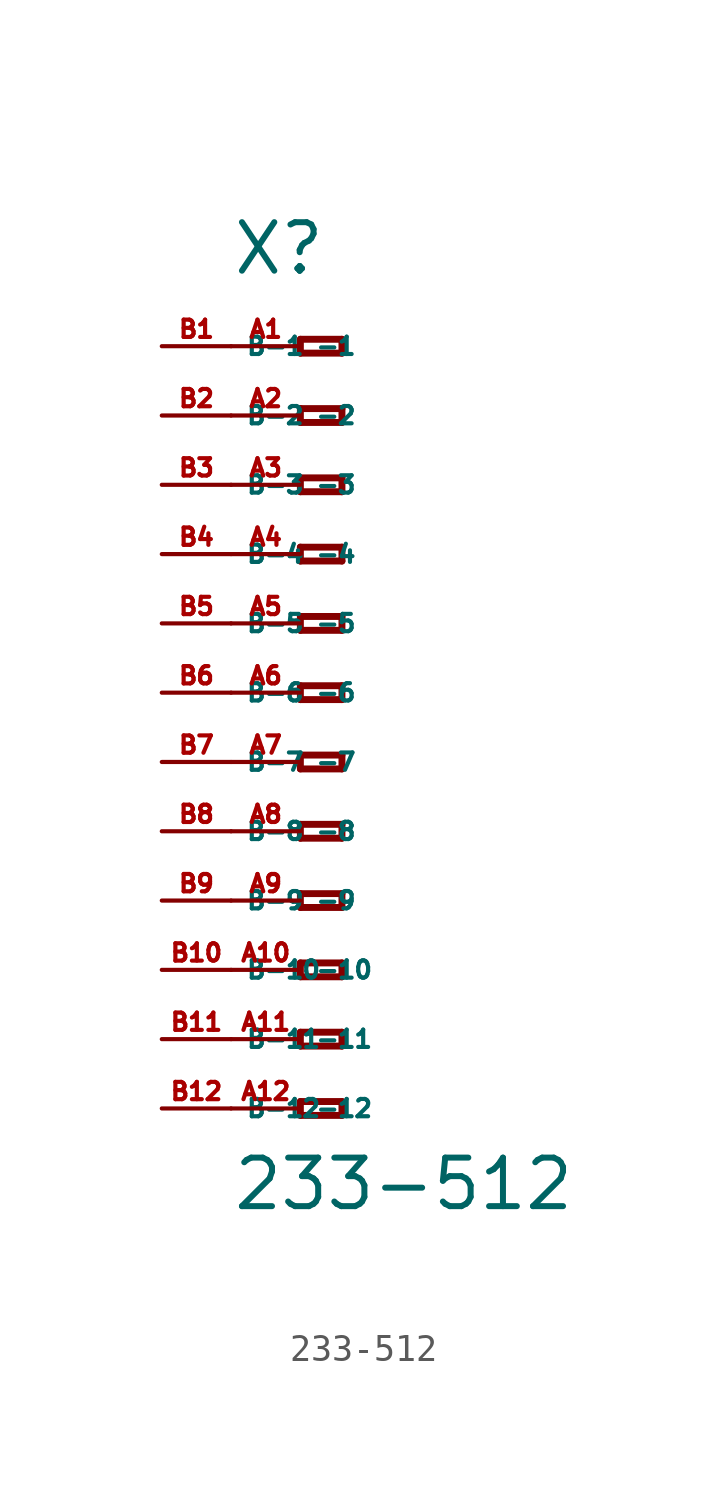
<source format=kicad_sym>
(kicad_symbol_lib
  (version 20220914)
  (generator Eagle2Kicad)
  (symbol "233-512"
    (property "Reference" "X"
      (at -5.08 15.24 0)
      (effects (font (size 1.778 1.778) (thickness 0.22)) (justify left bottom)))
    (property "Value" "233-512"
      (at -5.08 -19.05 0)
      (effects (font (size 1.778 1.778) (thickness 0.22)) (justify left bottom)))
    (polyline
      (pts (xy -2.54 12.954) (xy -2.54 12.446))
      (stroke (width 0.254) (type default))
      (fill (type none)))
    (polyline
      (pts (xy -2.54 12.446) (xy -1.016 12.446))
      (stroke (width 0.254) (type default))
      (fill (type none)))
    (polyline
      (pts (xy -1.016 12.446) (xy -1.016 12.954))
      (stroke (width 0.254) (type default))
      (fill (type none)))
    (polyline
      (pts (xy -1.016 12.954) (xy -2.54 12.954))
      (stroke (width 0.254) (type default))
      (fill (type none)))
    (polyline
      (pts (xy -2.54 10.414) (xy -2.54 9.906))
      (stroke (width 0.254) (type default))
      (fill (type none)))
    (polyline
      (pts (xy -2.54 9.906) (xy -1.016 9.906))
      (stroke (width 0.254) (type default))
      (fill (type none)))
    (polyline
      (pts (xy -1.016 9.906) (xy -1.016 10.414))
      (stroke (width 0.254) (type default))
      (fill (type none)))
    (polyline
      (pts (xy -1.016 10.414) (xy -2.54 10.414))
      (stroke (width 0.254) (type default))
      (fill (type none)))
    (polyline
      (pts (xy -2.54 7.874) (xy -2.54 7.366))
      (stroke (width 0.254) (type default))
      (fill (type none)))
    (polyline
      (pts (xy -2.54 7.366) (xy -1.016 7.366))
      (stroke (width 0.254) (type default))
      (fill (type none)))
    (polyline
      (pts (xy -1.016 7.366) (xy -1.016 7.874))
      (stroke (width 0.254) (type default))
      (fill (type none)))
    (polyline
      (pts (xy -1.016 7.874) (xy -2.54 7.874))
      (stroke (width 0.254) (type default))
      (fill (type none)))
    (polyline
      (pts (xy -2.54 5.334) (xy -2.54 4.826))
      (stroke (width 0.254) (type default))
      (fill (type none)))
    (polyline
      (pts (xy -2.54 4.826) (xy -1.016 4.826))
      (stroke (width 0.254) (type default))
      (fill (type none)))
    (polyline
      (pts (xy -1.016 4.826) (xy -1.016 5.334))
      (stroke (width 0.254) (type default))
      (fill (type none)))
    (polyline
      (pts (xy -1.016 5.334) (xy -2.54 5.334))
      (stroke (width 0.254) (type default))
      (fill (type none)))
    (polyline
      (pts (xy -2.54 2.794) (xy -2.54 2.286))
      (stroke (width 0.254) (type default))
      (fill (type none)))
    (polyline
      (pts (xy -2.54 2.286) (xy -1.016 2.286))
      (stroke (width 0.254) (type default))
      (fill (type none)))
    (polyline
      (pts (xy -1.016 2.286) (xy -1.016 2.794))
      (stroke (width 0.254) (type default))
      (fill (type none)))
    (polyline
      (pts (xy -1.016 2.794) (xy -2.54 2.794))
      (stroke (width 0.254) (type default))
      (fill (type none)))
    (polyline
      (pts (xy -2.54 0.254) (xy -2.54 -0.254))
      (stroke (width 0.254) (type default))
      (fill (type none)))
    (polyline
      (pts (xy -2.54 -0.254) (xy -1.016 -0.254))
      (stroke (width 0.254) (type default))
      (fill (type none)))
    (polyline
      (pts (xy -1.016 -0.254) (xy -1.016 0.254))
      (stroke (width 0.254) (type default))
      (fill (type none)))
    (polyline
      (pts (xy -1.016 0.254) (xy -2.54 0.254))
      (stroke (width 0.254) (type default))
      (fill (type none)))
    (polyline
      (pts (xy -2.54 -2.286) (xy -2.54 -2.794))
      (stroke (width 0.254) (type default))
      (fill (type none)))
    (polyline
      (pts (xy -2.54 -2.794) (xy -1.016 -2.794))
      (stroke (width 0.254) (type default))
      (fill (type none)))
    (polyline
      (pts (xy -1.016 -2.794) (xy -1.016 -2.286))
      (stroke (width 0.254) (type default))
      (fill (type none)))
    (polyline
      (pts (xy -1.016 -2.286) (xy -2.54 -2.286))
      (stroke (width 0.254) (type default))
      (fill (type none)))
    (polyline
      (pts (xy -2.54 -4.826) (xy -2.54 -5.334))
      (stroke (width 0.254) (type default))
      (fill (type none)))
    (polyline
      (pts (xy -2.54 -5.334) (xy -1.016 -5.334))
      (stroke (width 0.254) (type default))
      (fill (type none)))
    (polyline
      (pts (xy -1.016 -5.334) (xy -1.016 -4.826))
      (stroke (width 0.254) (type default))
      (fill (type none)))
    (polyline
      (pts (xy -1.016 -4.826) (xy -2.54 -4.826))
      (stroke (width 0.254) (type default))
      (fill (type none)))
    (polyline
      (pts (xy -2.54 -7.366) (xy -2.54 -7.874))
      (stroke (width 0.254) (type default))
      (fill (type none)))
    (polyline
      (pts (xy -2.54 -7.874) (xy -1.016 -7.874))
      (stroke (width 0.254) (type default))
      (fill (type none)))
    (polyline
      (pts (xy -1.016 -7.874) (xy -1.016 -7.366))
      (stroke (width 0.254) (type default))
      (fill (type none)))
    (polyline
      (pts (xy -1.016 -7.366) (xy -2.54 -7.366))
      (stroke (width 0.254) (type default))
      (fill (type none)))
    (polyline
      (pts (xy -2.54 -9.906) (xy -2.54 -10.414))
      (stroke (width 0.254) (type default))
      (fill (type none)))
    (polyline
      (pts (xy -2.54 -10.414) (xy -1.016 -10.414))
      (stroke (width 0.254) (type default))
      (fill (type none)))
    (polyline
      (pts (xy -1.016 -10.414) (xy -1.016 -9.906))
      (stroke (width 0.254) (type default))
      (fill (type none)))
    (polyline
      (pts (xy -1.016 -9.906) (xy -2.54 -9.906))
      (stroke (width 0.254) (type default))
      (fill (type none)))
    (polyline
      (pts (xy -2.54 -12.446) (xy -2.54 -12.954))
      (stroke (width 0.254) (type default))
      (fill (type none)))
    (polyline
      (pts (xy -2.54 -12.954) (xy -1.016 -12.954))
      (stroke (width 0.254) (type default))
      (fill (type none)))
    (polyline
      (pts (xy -1.016 -12.954) (xy -1.016 -12.446))
      (stroke (width 0.254) (type default))
      (fill (type none)))
    (polyline
      (pts (xy -1.016 -12.446) (xy -2.54 -12.446))
      (stroke (width 0.254) (type default))
      (fill (type none)))
    (polyline
      (pts (xy -2.54 -14.986) (xy -2.54 -15.494))
      (stroke (width 0.254) (type default))
      (fill (type none)))
    (polyline
      (pts (xy -2.54 -15.494) (xy -1.016 -15.494))
      (stroke (width 0.254) (type default))
      (fill (type none)))
    (polyline
      (pts (xy -1.016 -15.494) (xy -1.016 -14.986))
      (stroke (width 0.254) (type default))
      (fill (type none)))
    (polyline
      (pts (xy -1.016 -14.986) (xy -2.54 -14.986))
      (stroke (width 0.254) (type default))
      (fill (type none)))
    (pin passive line
      (at -5.08 12.7 0)
      (length 2.54)
      (name "-1" (effects (font (size 0.635 0.635) (thickness 0.08)) (justify left bottom)))
      (number "A1" (effects (font (size 0.635 0.635) (thickness 0.08)) (justify left bottom))))
    (pin passive line
      (at -5.08 10.16 0)
      (length 2.54)
      (name "-2" (effects (font (size 0.635 0.635) (thickness 0.08)) (justify left bottom)))
      (number "A2" (effects (font (size 0.635 0.635) (thickness 0.08)) (justify left bottom))))
    (pin passive line
      (at -5.08 7.62 0)
      (length 2.54)
      (name "-3" (effects (font (size 0.635 0.635) (thickness 0.08)) (justify left bottom)))
      (number "A3" (effects (font (size 0.635 0.635) (thickness 0.08)) (justify left bottom))))
    (pin passive line
      (at -5.08 5.08 0)
      (length 2.54)
      (name "-4" (effects (font (size 0.635 0.635) (thickness 0.08)) (justify left bottom)))
      (number "A4" (effects (font (size 0.635 0.635) (thickness 0.08)) (justify left bottom))))
    (pin passive line
      (at -5.08 2.54 0)
      (length 2.54)
      (name "-5" (effects (font (size 0.635 0.635) (thickness 0.08)) (justify left bottom)))
      (number "A5" (effects (font (size 0.635 0.635) (thickness 0.08)) (justify left bottom))))
    (pin passive line
      (at -5.08 0 0)
      (length 2.54)
      (name "-6" (effects (font (size 0.635 0.635) (thickness 0.08)) (justify left bottom)))
      (number "A6" (effects (font (size 0.635 0.635) (thickness 0.08)) (justify left bottom))))
    (pin passive line
      (at -5.08 -2.54 0)
      (length 2.54)
      (name "-7" (effects (font (size 0.635 0.635) (thickness 0.08)) (justify left bottom)))
      (number "A7" (effects (font (size 0.635 0.635) (thickness 0.08)) (justify left bottom))))
    (pin passive line
      (at -5.08 -5.08 0)
      (length 2.54)
      (name "-8" (effects (font (size 0.635 0.635) (thickness 0.08)) (justify left bottom)))
      (number "A8" (effects (font (size 0.635 0.635) (thickness 0.08)) (justify left bottom))))
    (pin passive line
      (at -5.08 -7.62 0)
      (length 2.54)
      (name "-9" (effects (font (size 0.635 0.635) (thickness 0.08)) (justify left bottom)))
      (number "A9" (effects (font (size 0.635 0.635) (thickness 0.08)) (justify left bottom))))
    (pin passive line
      (at -5.08 -10.16 0)
      (length 2.54)
      (name "-10" (effects (font (size 0.635 0.635) (thickness 0.08)) (justify left bottom)))
      (number "A10" (effects (font (size 0.635 0.635) (thickness 0.08)) (justify left bottom))))
    (pin passive line
      (at -5.08 -12.7 0)
      (length 2.54)
      (name "-11" (effects (font (size 0.635 0.635) (thickness 0.08)) (justify left bottom)))
      (number "A11" (effects (font (size 0.635 0.635) (thickness 0.08)) (justify left bottom))))
    (pin passive line
      (at -5.08 -15.24 0)
      (length 2.54)
      (name "-12" (effects (font (size 0.635 0.635) (thickness 0.08)) (justify left bottom)))
      (number "A12" (effects (font (size 0.635 0.635) (thickness 0.08)) (justify left bottom))))
    (pin passive line
      (at -7.62 -15.24 0)
      (length 2.54)
      (name "B-12" (effects (font (size 0.635 0.635) (thickness 0.08)) (justify left bottom)))
      (number "B12" (effects (font (size 0.635 0.635) (thickness 0.08)) (justify left bottom))))
    (pin passive line
      (at -7.62 12.7 0)
      (length 2.54)
      (name "B-1" (effects (font (size 0.635 0.635) (thickness 0.08)) (justify left bottom)))
      (number "B1" (effects (font (size 0.635 0.635) (thickness 0.08)) (justify left bottom))))
    (pin passive line
      (at -7.62 10.16 0)
      (length 2.54)
      (name "B-2" (effects (font (size 0.635 0.635) (thickness 0.08)) (justify left bottom)))
      (number "B2" (effects (font (size 0.635 0.635) (thickness 0.08)) (justify left bottom))))
    (pin passive line
      (at -7.62 7.62 0)
      (length 2.54)
      (name "B-3" (effects (font (size 0.635 0.635) (thickness 0.08)) (justify left bottom)))
      (number "B3" (effects (font (size 0.635 0.635) (thickness 0.08)) (justify left bottom))))
    (pin passive line
      (at -7.62 5.08 0)
      (length 2.54)
      (name "B-4" (effects (font (size 0.635 0.635) (thickness 0.08)) (justify left bottom)))
      (number "B4" (effects (font (size 0.635 0.635) (thickness 0.08)) (justify left bottom))))
    (pin passive line
      (at -7.62 2.54 0)
      (length 2.54)
      (name "B-5" (effects (font (size 0.635 0.635) (thickness 0.08)) (justify left bottom)))
      (number "B5" (effects (font (size 0.635 0.635) (thickness 0.08)) (justify left bottom))))
    (pin passive line
      (at -7.62 0 0)
      (length 2.54)
      (name "B-6" (effects (font (size 0.635 0.635) (thickness 0.08)) (justify left bottom)))
      (number "B6" (effects (font (size 0.635 0.635) (thickness 0.08)) (justify left bottom))))
    (pin passive line
      (at -7.62 -2.54 0)
      (length 2.54)
      (name "B-7" (effects (font (size 0.635 0.635) (thickness 0.08)) (justify left bottom)))
      (number "B7" (effects (font (size 0.635 0.635) (thickness 0.08)) (justify left bottom))))
    (pin passive line
      (at -7.62 -5.08 0)
      (length 2.54)
      (name "B-8" (effects (font (size 0.635 0.635) (thickness 0.08)) (justify left bottom)))
      (number "B8" (effects (font (size 0.635 0.635) (thickness 0.08)) (justify left bottom))))
    (pin passive line
      (at -7.62 -7.62 0)
      (length 2.54)
      (name "B-9" (effects (font (size 0.635 0.635) (thickness 0.08)) (justify left bottom)))
      (number "B9" (effects (font (size 0.635 0.635) (thickness 0.08)) (justify left bottom))))
    (pin passive line
      (at -7.62 -10.16 0)
      (length 2.54)
      (name "B-10" (effects (font (size 0.635 0.635) (thickness 0.08)) (justify left bottom)))
      (number "B10" (effects (font (size 0.635 0.635) (thickness 0.08)) (justify left bottom))))
    (pin passive line
      (at -7.62 -12.7 0)
      (length 2.54)
      (name "B-11" (effects (font (size 0.635 0.635) (thickness 0.08)) (justify left bottom)))
      (number "B11" (effects (font (size 0.635 0.635) (thickness 0.08)) (justify left bottom))))))
</source>
